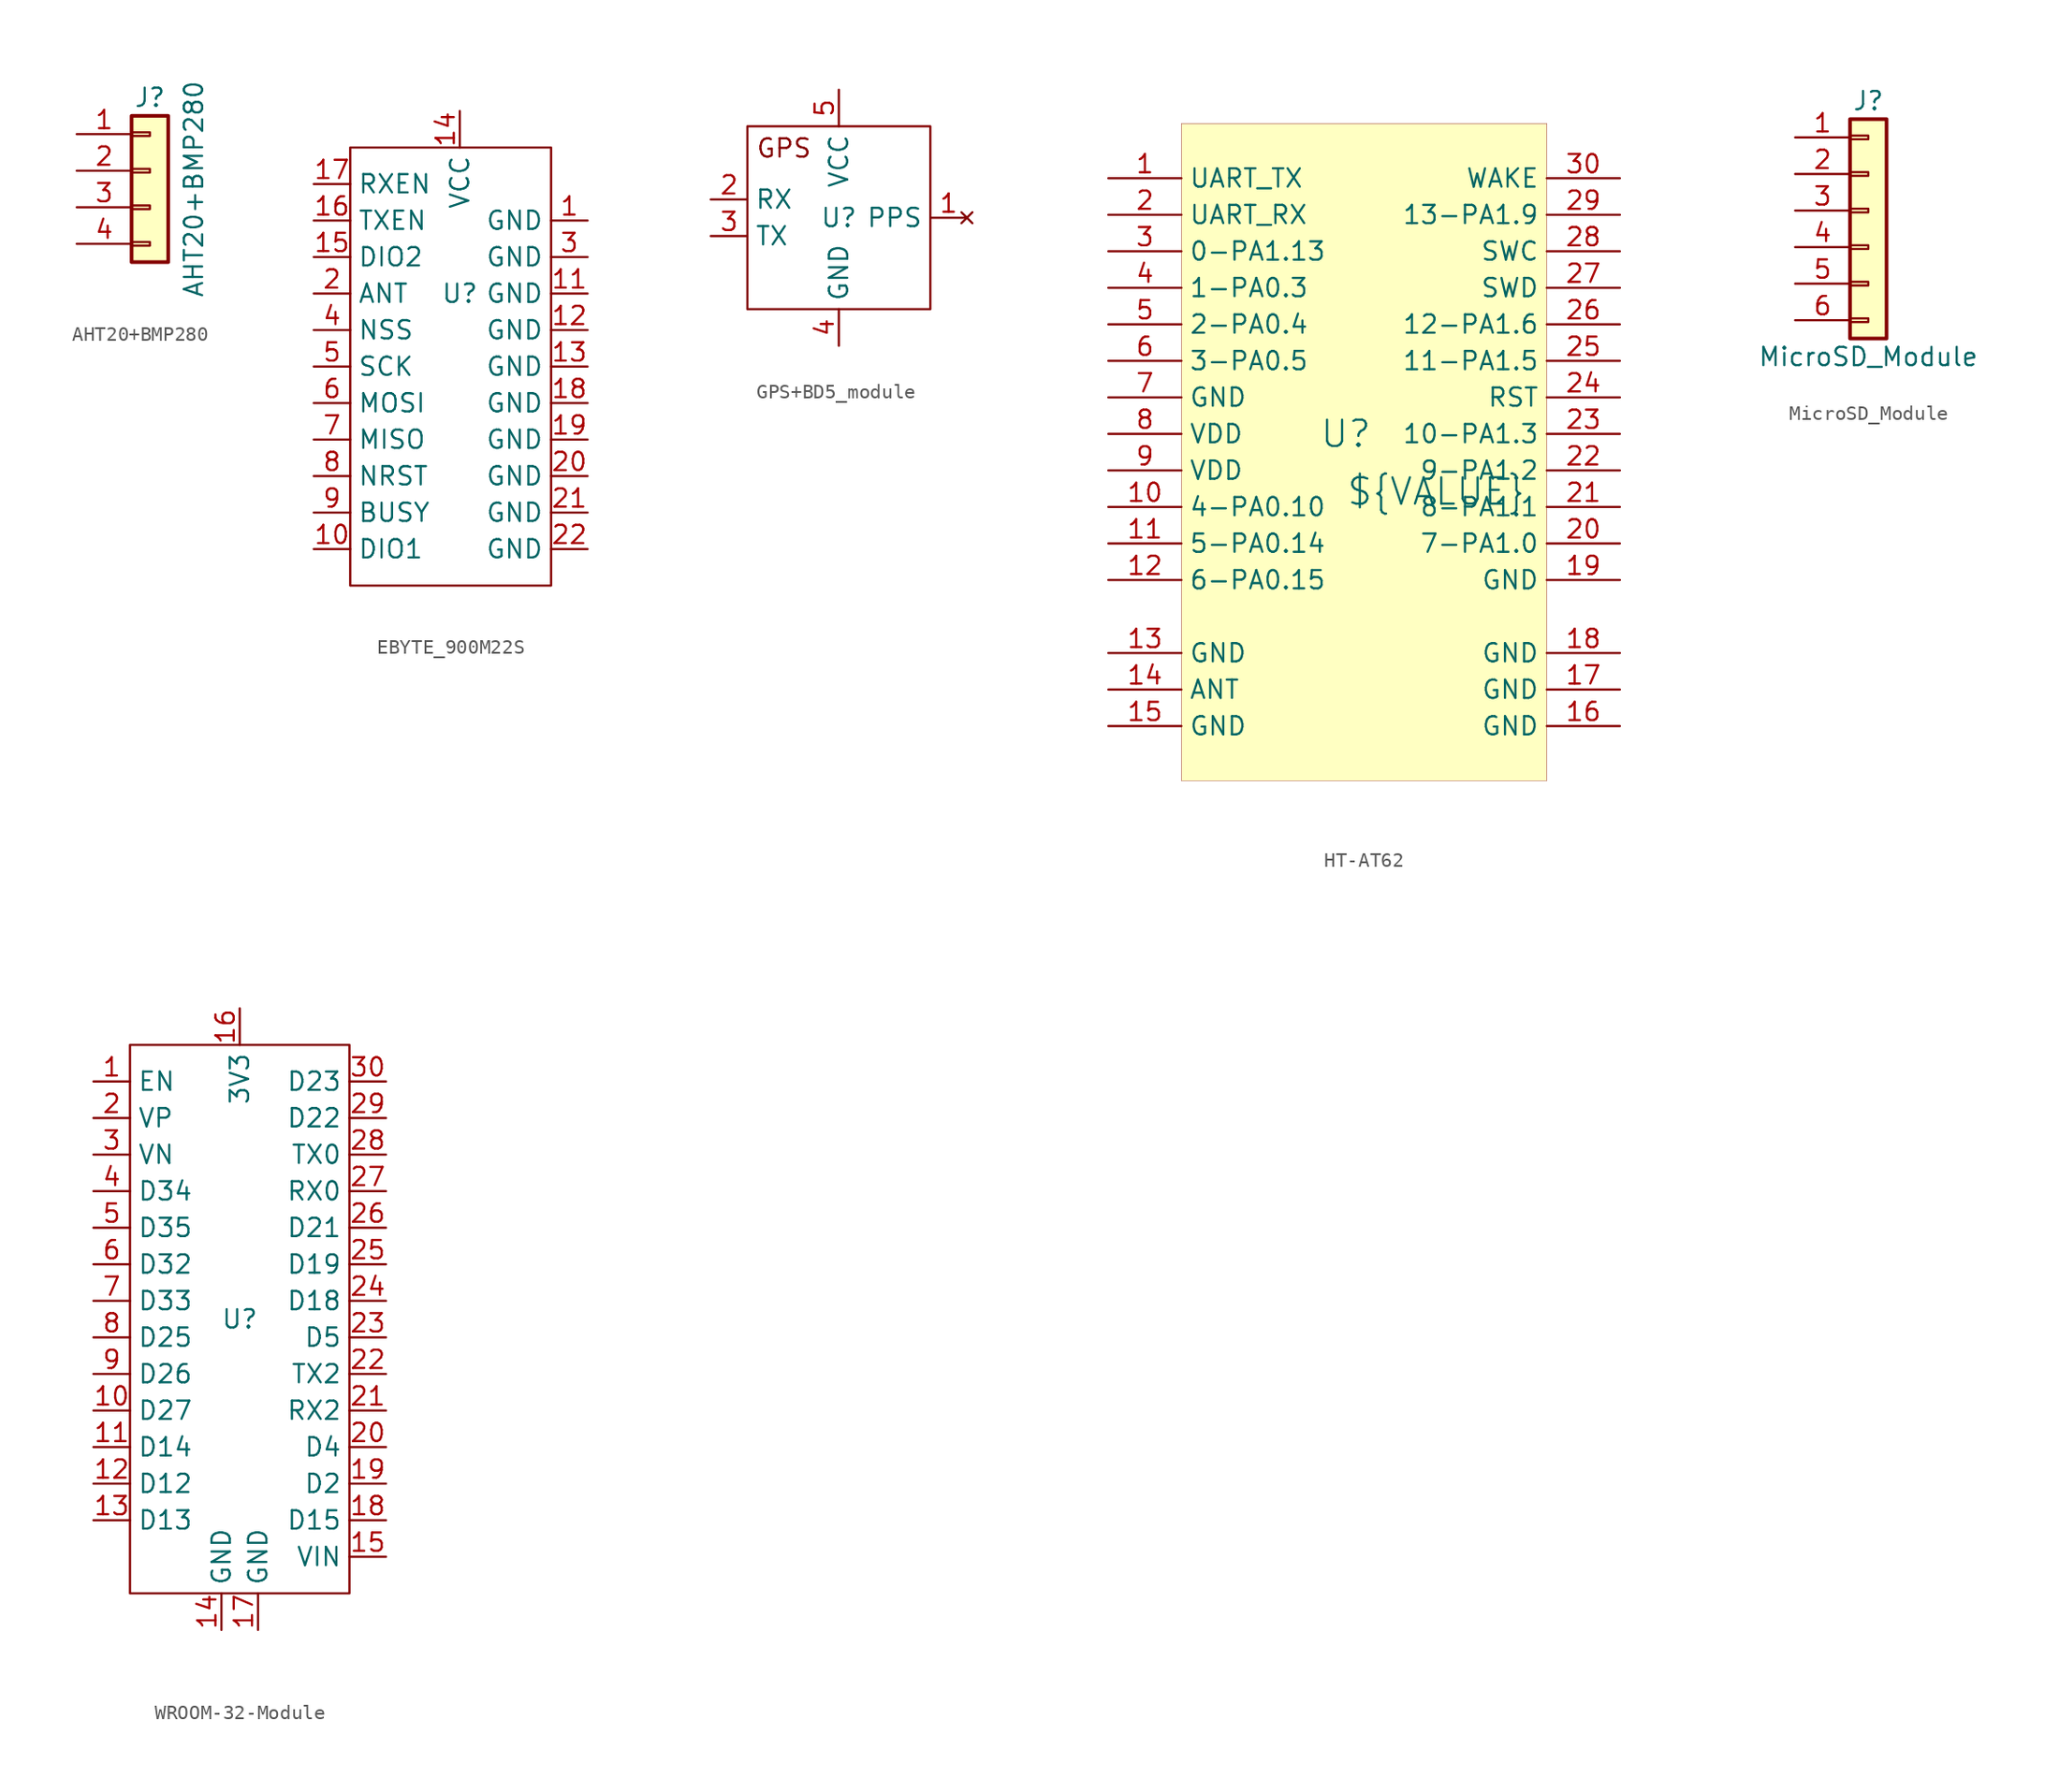
<source format=kicad_sym>
(kicad_symbol_lib
  (version 20231120)
  (generator "kicad_symbol_editor")
  (generator_version "8.0")
  (symbol "AHT20+BMP280"
    (pin_names
      (offset 1.016) hide)
    (property "Reference" "J"
      (at 0 6.35 0)
      (effects (font (size 1.27 1.27))))
    (property "Value" "AHT20+BMP280"
      (at 3.048 0 90)
      (effects (font (size 1.27 1.27))))
    (symbol "AHT20+BMP280_1_1"
      (rectangle (start -1.27 -3.683) (end 0 -3.937) (stroke (width 0.152) (type default)) (fill (type none)))
      (rectangle (start -1.27 -1.143) (end 0 -1.397) (stroke (width 0.152) (type default)) (fill (type none)))
      (rectangle (start -1.27 1.397) (end 0 1.143) (stroke (width 0.152) (type default)) (fill (type none)))
      (rectangle (start -1.27 3.937) (end 0 3.683) (stroke (width 0.152) (type default)) (fill (type none)))
      (rectangle (start -1.27 5.08) (end 1.27 -5.08) (stroke (width 0.254) (type default)) (fill (type background)))
      (pin passive line (at -5.08 3.81 0) (length 3.81) (name "Pin_1" (effects (font (size 1.27 1.27)))) (number "1" (effects (font (size 1.27 1.27)))))
      (pin passive line (at -5.08 1.27 0) (length 3.81) (name "Pin_2" (effects (font (size 1.27 1.27)))) (number "2" (effects (font (size 1.27 1.27)))))
      (pin passive line (at -5.08 -1.27 0) (length 3.81) (name "Pin_3" (effects (font (size 1.27 1.27)))) (number "3" (effects (font (size 1.27 1.27)))))
      (pin passive line (at -5.08 -3.81 0) (length 3.81) (name "Pin_4" (effects (font (size 1.27 1.27)))) (number "4" (effects (font (size 1.27 1.27)))))))
  (symbol "EBYTE_900M22S"
    (property "Reference" "U"
      (at 0 0 0)
      (effects (font (size 1.27 1.27))))
    (property "Value" ""
      (at 0 0 0)
      (effects (font (size 1.27 1.27))))
    (symbol "EBYTE_900M22S_0_1"
      (rectangle (start -7.62 10.16) (end 6.35 -20.32) (stroke (width 0) (type default)) (fill (type none))))
    (symbol "EBYTE_900M22S_1_1"
      (pin passive line (at 8.89 5.08 180) (length 2.54) (name "GND" (effects (font (size 1.27 1.27)))) (number "1" (effects (font (size 1.27 1.27)))))
      (pin passive line (at -10.16 -17.78 0) (length 2.54) (name "DIO1" (effects (font (size 1.27 1.27)))) (number "10" (effects (font (size 1.27 1.27)))))
      (pin passive line (at 8.89 0 180) (length 2.54) (name "GND" (effects (font (size 1.27 1.27)))) (number "11" (effects (font (size 1.27 1.27)))))
      (pin passive line (at 8.89 -2.54 180) (length 2.54) (name "GND" (effects (font (size 1.27 1.27)))) (number "12" (effects (font (size 1.27 1.27)))))
      (pin passive line (at 8.89 -5.08 180) (length 2.54) (name "GND" (effects (font (size 1.27 1.27)))) (number "13" (effects (font (size 1.27 1.27)))))
      (pin passive line (at 0 12.7 270) (length 2.54) (name "VCC" (effects (font (size 1.27 1.27)))) (number "14" (effects (font (size 1.27 1.27)))))
      (pin passive line (at -10.16 2.54 0) (length 2.54) (name "DIO2" (effects (font (size 1.27 1.27)))) (number "15" (effects (font (size 1.27 1.27)))))
      (pin passive line (at -10.16 5.08 0) (length 2.54) (name "TXEN" (effects (font (size 1.27 1.27)))) (number "16" (effects (font (size 1.27 1.27)))))
      (pin passive line (at -10.16 7.62 0) (length 2.54) (name "RXEN" (effects (font (size 1.27 1.27)))) (number "17" (effects (font (size 1.27 1.27)))))
      (pin passive line (at 8.89 -7.62 180) (length 2.54) (name "GND" (effects (font (size 1.27 1.27)))) (number "18" (effects (font (size 1.27 1.27)))))
      (pin passive line (at 8.89 -10.16 180) (length 2.54) (name "GND" (effects (font (size 1.27 1.27)))) (number "19" (effects (font (size 1.27 1.27)))))
      (pin passive line (at -10.16 0 0) (length 2.54) (name "ANT" (effects (font (size 1.27 1.27)))) (number "2" (effects (font (size 1.27 1.27)))))
      (pin passive line (at 8.89 -12.7 180) (length 2.54) (name "GND" (effects (font (size 1.27 1.27)))) (number "20" (effects (font (size 1.27 1.27)))))
      (pin passive line (at 8.89 -15.24 180) (length 2.54) (name "GND" (effects (font (size 1.27 1.27)))) (number "21" (effects (font (size 1.27 1.27)))))
      (pin passive line (at 8.89 -17.78 180) (length 2.54) (name "GND" (effects (font (size 1.27 1.27)))) (number "22" (effects (font (size 1.27 1.27)))))
      (pin passive line (at 8.89 2.54 180) (length 2.54) (name "GND" (effects (font (size 1.27 1.27)))) (number "3" (effects (font (size 1.27 1.27)))))
      (pin passive line (at -10.16 -2.54 0) (length 2.54) (name "NSS" (effects (font (size 1.27 1.27)))) (number "4" (effects (font (size 1.27 1.27)))))
      (pin passive line (at -10.16 -5.08 0) (length 2.54) (name "SCK" (effects (font (size 1.27 1.27)))) (number "5" (effects (font (size 1.27 1.27)))))
      (pin passive line (at -10.16 -7.62 0) (length 2.54) (name "MOSI" (effects (font (size 1.27 1.27)))) (number "6" (effects (font (size 1.27 1.27)))))
      (pin passive line (at -10.16 -10.16 0) (length 2.54) (name "MISO" (effects (font (size 1.27 1.27)))) (number "7" (effects (font (size 1.27 1.27)))))
      (pin passive line (at -10.16 -12.7 0) (length 2.54) (name "NRST" (effects (font (size 1.27 1.27)))) (number "8" (effects (font (size 1.27 1.27)))))
      (pin passive line (at -10.16 -15.24 0) (length 2.54) (name "BUSY" (effects (font (size 1.27 1.27)))) (number "9" (effects (font (size 1.27 1.27)))))))
  (symbol "GPS+BD5_module"
    (property "Reference" "U"
      (at 0 0 0)
      (effects (font (size 1.27 1.27))))
    (property "Value" ""
      (at 0 0 0)
      (effects (font (size 1.27 1.27))))
    (symbol "GPS+BD5_module_0_1"
      (rectangle (start -6.35 6.35) (end 6.35 -6.35) (stroke (width 0) (type default)) (fill (type none))))
    (symbol "GPS+BD5_module_1_1"
      (text "GPS" (at -3.81 4.826 0) (effects (font (size 1.27 1.27))))
      (pin no_connect line (at 8.89 0 180) (length 2.54) (name "PPS" (effects (font (size 1.27 1.27)))) (number "1" (effects (font (size 1.27 1.27)))))
      (pin input line (at -8.89 1.27 0) (length 2.54) (name "RX" (effects (font (size 1.27 1.27)))) (number "2" (effects (font (size 1.27 1.27)))))
      (pin output line (at -8.89 -1.27 0) (length 2.54) (name "TX" (effects (font (size 1.27 1.27)))) (number "3" (effects (font (size 1.27 1.27)))))
      (pin power_out line (at 0 -8.89 90) (length 2.54) (name "GND" (effects (font (size 1.27 1.27)))) (number "4" (effects (font (size 1.27 1.27)))))
      (pin power_in line (at 0 8.89 270) (length 2.54) (name "VCC" (effects (font (size 1.27 1.27)))) (number "5" (effects (font (size 1.27 1.27)))))))
  (symbol "HT-AT62"
    (property "Reference" "U"
      (at -1.27 1.27 0)
      (effects (font (size 1.829 1.829))))
    (property "Value" "${VALUE}"
      (at -1.27 -3.81 0)
      (effects (font (size 1.829 1.829)) (justify left bottom)))
    (symbol "HT-AT62_1_0"
      (rectangle (start 12.7 22.86) (end -12.7 -22.86) (stroke (width 0.025) (type solid) (color 128 0 0 1)) (fill (type background)))
      (pin passive line (at -17.78 19.05 0) (length 5.08) (name "UART_TX" (effects (font (size 1.27 1.27)))) (number "1" (effects (font (size 1.27 1.27)))))
      (pin passive line (at -17.78 -3.81 0) (length 5.08) (name "4-PA0.10" (effects (font (size 1.27 1.27)))) (number "10" (effects (font (size 1.27 1.27)))))
      (pin passive line (at -17.78 -6.35 0) (length 5.08) (name "5-PA0.14" (effects (font (size 1.27 1.27)))) (number "11" (effects (font (size 1.27 1.27)))))
      (pin passive line (at -17.78 -8.89 0) (length 5.08) (name "6-PA0.15" (effects (font (size 1.27 1.27)))) (number "12" (effects (font (size 1.27 1.27)))))
      (pin passive line (at -17.78 -13.97 0) (length 5.08) (name "GND" (effects (font (size 1.27 1.27)))) (number "13" (effects (font (size 1.27 1.27)))))
      (pin passive line (at -17.78 -16.51 0) (length 5.08) (name "ANT" (effects (font (size 1.27 1.27)))) (number "14" (effects (font (size 1.27 1.27)))))
      (pin passive line (at -17.78 -19.05 0) (length 5.08) (name "GND" (effects (font (size 1.27 1.27)))) (number "15" (effects (font (size 1.27 1.27)))))
      (pin passive line (at 17.78 -19.05 180) (length 5.08) (name "GND" (effects (font (size 1.27 1.27)))) (number "16" (effects (font (size 1.27 1.27)))))
      (pin passive line (at 17.78 -16.51 180) (length 5.08) (name "GND" (effects (font (size 1.27 1.27)))) (number "17" (effects (font (size 1.27 1.27)))))
      (pin passive line (at 17.78 -13.97 180) (length 5.08) (name "GND" (effects (font (size 1.27 1.27)))) (number "18" (effects (font (size 1.27 1.27)))))
      (pin passive line (at 17.78 -8.89 180) (length 5.08) (name "GND" (effects (font (size 1.27 1.27)))) (number "19" (effects (font (size 1.27 1.27)))))
      (pin passive line (at -17.78 16.51 0) (length 5.08) (name "UART_RX" (effects (font (size 1.27 1.27)))) (number "2" (effects (font (size 1.27 1.27)))))
      (pin passive line (at 17.78 -6.35 180) (length 5.08) (name "7-PA1.0" (effects (font (size 1.27 1.27)))) (number "20" (effects (font (size 1.27 1.27)))))
      (pin passive line (at 17.78 -3.81 180) (length 5.08) (name "8-PA1.1" (effects (font (size 1.27 1.27)))) (number "21" (effects (font (size 1.27 1.27)))))
      (pin passive line (at 17.78 -1.27 180) (length 5.08) (name "9-PA1.2" (effects (font (size 1.27 1.27)))) (number "22" (effects (font (size 1.27 1.27)))))
      (pin passive line (at 17.78 1.27 180) (length 5.08) (name "10-PA1.3" (effects (font (size 1.27 1.27)))) (number "23" (effects (font (size 1.27 1.27)))))
      (pin passive line (at 17.78 3.81 180) (length 5.08) (name "RST" (effects (font (size 1.27 1.27)))) (number "24" (effects (font (size 1.27 1.27)))))
      (pin passive line (at 17.78 6.35 180) (length 5.08) (name "11-PA1.5" (effects (font (size 1.27 1.27)))) (number "25" (effects (font (size 1.27 1.27)))))
      (pin passive line (at 17.78 8.89 180) (length 5.08) (name "12-PA1.6" (effects (font (size 1.27 1.27)))) (number "26" (effects (font (size 1.27 1.27)))))
      (pin passive line (at 17.78 11.43 180) (length 5.08) (name "SWD" (effects (font (size 1.27 1.27)))) (number "27" (effects (font (size 1.27 1.27)))))
      (pin passive line (at 17.78 13.97 180) (length 5.08) (name "SWC" (effects (font (size 1.27 1.27)))) (number "28" (effects (font (size 1.27 1.27)))))
      (pin passive line (at 17.78 16.51 180) (length 5.08) (name "13-PA1.9" (effects (font (size 1.27 1.27)))) (number "29" (effects (font (size 1.27 1.27)))))
      (pin passive line (at -17.78 13.97 0) (length 5.08) (name "0-PA1.13" (effects (font (size 1.27 1.27)))) (number "3" (effects (font (size 1.27 1.27)))))
      (pin passive line (at 17.78 19.05 180) (length 5.08) (name "WAKE" (effects (font (size 1.27 1.27)))) (number "30" (effects (font (size 1.27 1.27)))))
      (pin passive line (at -17.78 11.43 0) (length 5.08) (name "1-PA0.3" (effects (font (size 1.27 1.27)))) (number "4" (effects (font (size 1.27 1.27)))))
      (pin passive line (at -17.78 8.89 0) (length 5.08) (name "2-PA0.4" (effects (font (size 1.27 1.27)))) (number "5" (effects (font (size 1.27 1.27)))))
      (pin passive line (at -17.78 6.35 0) (length 5.08) (name "3-PA0.5" (effects (font (size 1.27 1.27)))) (number "6" (effects (font (size 1.27 1.27)))))
      (pin passive line (at -17.78 3.81 0) (length 5.08) (name "GND" (effects (font (size 1.27 1.27)))) (number "7" (effects (font (size 1.27 1.27)))))
      (pin passive line (at -17.78 1.27 0) (length 5.08) (name "VDD" (effects (font (size 1.27 1.27)))) (number "8" (effects (font (size 1.27 1.27)))))
      (pin passive line (at -17.78 -1.27 0) (length 5.08) (name "VDD" (effects (font (size 1.27 1.27)))) (number "9" (effects (font (size 1.27 1.27)))))))
  (symbol "MicroSD_Module"
    (pin_names
      (offset 1.016) hide)
    (property "Reference" "J"
      (at 0 7.62 0)
      (effects (font (size 1.27 1.27))))
    (property "Value" "MicroSD_Module"
      (at 0 -10.16 0)
      (effects (font (size 1.27 1.27))))
    (symbol "MicroSD_Module_1_1"
      (rectangle (start -1.27 -7.493) (end 0 -7.747) (stroke (width 0.152) (type default)) (fill (type none)))
      (rectangle (start -1.27 -4.953) (end 0 -5.207) (stroke (width 0.152) (type default)) (fill (type none)))
      (rectangle (start -1.27 -2.413) (end 0 -2.667) (stroke (width 0.152) (type default)) (fill (type none)))
      (rectangle (start -1.27 0.127) (end 0 -0.127) (stroke (width 0.152) (type default)) (fill (type none)))
      (rectangle (start -1.27 2.667) (end 0 2.413) (stroke (width 0.152) (type default)) (fill (type none)))
      (rectangle (start -1.27 5.207) (end 0 4.953) (stroke (width 0.152) (type default)) (fill (type none)))
      (rectangle (start -1.27 6.35) (end 1.27 -8.89) (stroke (width 0.254) (type default)) (fill (type background)))
      (pin passive line (at -5.08 5.08 0) (length 3.81) (name "Pin_1" (effects (font (size 1.27 1.27)))) (number "1" (effects (font (size 1.27 1.27)))))
      (pin passive line (at -5.08 2.54 0) (length 3.81) (name "Pin_2" (effects (font (size 1.27 1.27)))) (number "2" (effects (font (size 1.27 1.27)))))
      (pin passive line (at -5.08 0 0) (length 3.81) (name "Pin_3" (effects (font (size 1.27 1.27)))) (number "3" (effects (font (size 1.27 1.27)))))
      (pin passive line (at -5.08 -2.54 0) (length 3.81) (name "Pin_4" (effects (font (size 1.27 1.27)))) (number "4" (effects (font (size 1.27 1.27)))))
      (pin passive line (at -5.08 -5.08 0) (length 3.81) (name "Pin_5" (effects (font (size 1.27 1.27)))) (number "5" (effects (font (size 1.27 1.27)))))
      (pin passive line (at -5.08 -7.62 0) (length 3.81) (name "Pin_6" (effects (font (size 1.27 1.27)))) (number "6" (effects (font (size 1.27 1.27)))))))
  (symbol "WROOM-32-Module"
    (property "Reference" "U"
      (at 0 0 0)
      (effects (font (size 1.27 1.27))))
    (property "Value" ""
      (at 0.0004 2.695 0)
      (effects (font (size 1.27 1.27))))
    (symbol "WROOM-32-Module_0_1"
      (rectangle (start -7.62 19.05) (end 7.62 -19.05) (stroke (width 0) (type default)) (fill (type none))))
    (symbol "WROOM-32-Module_1_1"
      (pin passive line (at -10.16 16.51 0) (length 2.54) (name "EN" (effects (font (size 1.27 1.27)))) (number "1" (effects (font (size 1.27 1.27)))))
      (pin passive line (at -10.16 -6.35 0) (length 2.54) (name "D27" (effects (font (size 1.27 1.27)))) (number "10" (effects (font (size 1.27 1.27)))))
      (pin passive line (at -10.16 -8.89 0) (length 2.54) (name "D14" (effects (font (size 1.27 1.27)))) (number "11" (effects (font (size 1.27 1.27)))))
      (pin passive line (at -10.16 -11.43 0) (length 2.54) (name "D12" (effects (font (size 1.27 1.27)))) (number "12" (effects (font (size 1.27 1.27)))))
      (pin passive line (at -10.16 -13.97 0) (length 2.54) (name "D13" (effects (font (size 1.27 1.27)))) (number "13" (effects (font (size 1.27 1.27)))))
      (pin passive line (at -1.27 -21.59 90) (length 2.54) (name "GND" (effects (font (size 1.27 1.27)))) (number "14" (effects (font (size 1.27 1.27)))))
      (pin passive line (at 10.16 -16.51 180) (length 2.54) (name "VIN" (effects (font (size 1.27 1.27)))) (number "15" (effects (font (size 1.27 1.27)))))
      (pin passive line (at 0 21.59 270) (length 2.54) (name "3V3" (effects (font (size 1.27 1.27)))) (number "16" (effects (font (size 1.27 1.27)))))
      (pin passive line (at 1.27 -21.59 90) (length 2.54) (name "GND" (effects (font (size 1.27 1.27)))) (number "17" (effects (font (size 1.27 1.27)))))
      (pin passive line (at 10.16 -13.97 180) (length 2.54) (name "D15" (effects (font (size 1.27 1.27)))) (number "18" (effects (font (size 1.27 1.27)))))
      (pin passive line (at 10.16 -11.43 180) (length 2.54) (name "D2" (effects (font (size 1.27 1.27)))) (number "19" (effects (font (size 1.27 1.27)))))
      (pin passive line (at -10.16 13.97 0) (length 2.54) (name "VP" (effects (font (size 1.27 1.27)))) (number "2" (effects (font (size 1.27 1.27)))))
      (pin passive line (at 10.16 -8.89 180) (length 2.54) (name "D4" (effects (font (size 1.27 1.27)))) (number "20" (effects (font (size 1.27 1.27)))))
      (pin passive line (at 10.16 -6.35 180) (length 2.54) (name "RX2" (effects (font (size 1.27 1.27)))) (number "21" (effects (font (size 1.27 1.27)))))
      (pin passive line (at 10.16 -3.81 180) (length 2.54) (name "TX2" (effects (font (size 1.27 1.27)))) (number "22" (effects (font (size 1.27 1.27)))))
      (pin passive line (at 10.16 -1.27 180) (length 2.54) (name "D5" (effects (font (size 1.27 1.27)))) (number "23" (effects (font (size 1.27 1.27)))))
      (pin passive line (at 10.16 1.27 180) (length 2.54) (name "D18" (effects (font (size 1.27 1.27)))) (number "24" (effects (font (size 1.27 1.27)))))
      (pin passive line (at 10.16 3.81 180) (length 2.54) (name "D19" (effects (font (size 1.27 1.27)))) (number "25" (effects (font (size 1.27 1.27)))))
      (pin passive line (at 10.16 6.35 180) (length 2.54) (name "D21" (effects (font (size 1.27 1.27)))) (number "26" (effects (font (size 1.27 1.27)))))
      (pin passive line (at 10.16 8.89 180) (length 2.54) (name "RX0" (effects (font (size 1.27 1.27)))) (number "27" (effects (font (size 1.27 1.27)))))
      (pin passive line (at 10.16 11.43 180) (length 2.54) (name "TX0" (effects (font (size 1.27 1.27)))) (number "28" (effects (font (size 1.27 1.27)))))
      (pin passive line (at 10.16 13.97 180) (length 2.54) (name "D22" (effects (font (size 1.27 1.27)))) (number "29" (effects (font (size 1.27 1.27)))))
      (pin passive line (at -10.16 11.43 0) (length 2.54) (name "VN" (effects (font (size 1.27 1.27)))) (number "3" (effects (font (size 1.27 1.27)))))
      (pin passive line (at 10.16 16.51 180) (length 2.54) (name "D23" (effects (font (size 1.27 1.27)))) (number "30" (effects (font (size 1.27 1.27)))))
      (pin passive line (at -10.16 8.89 0) (length 2.54) (name "D34" (effects (font (size 1.27 1.27)))) (number "4" (effects (font (size 1.27 1.27)))))
      (pin passive line (at -10.16 6.35 0) (length 2.54) (name "D35" (effects (font (size 1.27 1.27)))) (number "5" (effects (font (size 1.27 1.27)))))
      (pin passive line (at -10.16 3.81 0) (length 2.54) (name "D32" (effects (font (size 1.27 1.27)))) (number "6" (effects (font (size 1.27 1.27)))))
      (pin passive line (at -10.16 1.27 0) (length 2.54) (name "D33" (effects (font (size 1.27 1.27)))) (number "7" (effects (font (size 1.27 1.27)))))
      (pin passive line (at -10.16 -1.27 0) (length 2.54) (name "D25" (effects (font (size 1.27 1.27)))) (number "8" (effects (font (size 1.27 1.27)))))
      (pin passive line (at -10.16 -3.81 0) (length 2.54) (name "D26" (effects (font (size 1.27 1.27)))) (number "9" (effects (font (size 1.27 1.27))))))))
</source>
